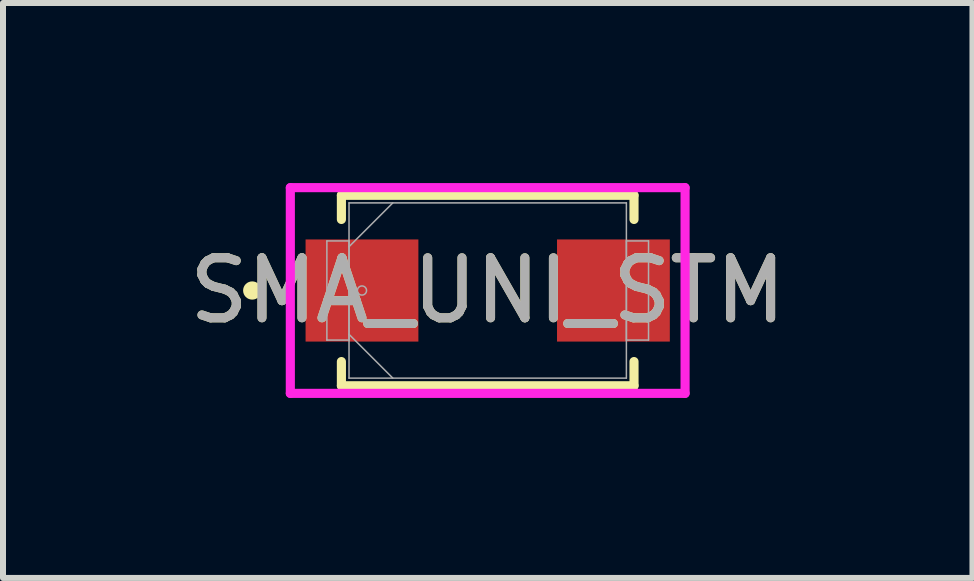
<source format=kicad_pcb>
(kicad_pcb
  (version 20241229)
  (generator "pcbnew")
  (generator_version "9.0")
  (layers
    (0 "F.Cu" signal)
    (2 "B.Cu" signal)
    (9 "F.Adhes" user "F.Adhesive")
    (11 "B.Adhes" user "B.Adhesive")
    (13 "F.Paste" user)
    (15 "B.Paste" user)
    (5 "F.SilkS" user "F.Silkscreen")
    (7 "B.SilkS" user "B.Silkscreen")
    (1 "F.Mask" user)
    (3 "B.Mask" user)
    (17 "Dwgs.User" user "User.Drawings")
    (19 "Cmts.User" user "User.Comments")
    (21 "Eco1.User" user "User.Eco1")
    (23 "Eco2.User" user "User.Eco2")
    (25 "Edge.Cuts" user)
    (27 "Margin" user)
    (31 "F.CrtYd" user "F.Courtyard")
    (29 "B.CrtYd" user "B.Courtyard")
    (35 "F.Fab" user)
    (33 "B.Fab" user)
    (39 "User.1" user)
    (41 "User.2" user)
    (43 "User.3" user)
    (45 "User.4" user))
  (footprint "SMA_UNI_STM"
    (layer "F.Cu")
    (at 5.077 1.791)
    (property "Reference" "SMA_UNI_STM" (at 0 0 0) (unlocked yes) (layer "F.SilkS") (effects (font (size 1 1) (thickness 0.15))))
    (attr smd)
    (fp_line (start -2.438 -1.587) (end -2.438 -1.184) (stroke (width 0.152) (type solid)) (layer "F.SilkS"))
    (fp_line (start -2.438 1.184) (end -2.438 1.587) (stroke (width 0.152) (type solid)) (layer "F.SilkS"))
    (fp_line (start -2.438 1.587) (end 2.438 1.587) (stroke (width 0.152) (type solid)) (layer "F.SilkS"))
    (fp_line (start 2.438 -1.587) (end -2.438 -1.587) (stroke (width 0.152) (type solid)) (layer "F.SilkS"))
    (fp_line (start 2.438 -1.184) (end 2.438 -1.587) (stroke (width 0.152) (type solid)) (layer "F.SilkS"))
    (fp_line (start 2.438 1.587) (end 2.438 1.184) (stroke (width 0.152) (type solid)) (layer "F.SilkS"))
    (fp_circle (center -3.924 0) (end -3.848 0) (stroke (width 0.152) (type solid)) (fill no) (layer "F.SilkS"))
    (fp_line (start -3.289 -1.714) (end 3.289 -1.714) (stroke (width 0.152) (type solid)) (layer "F.CrtYd"))
    (fp_line (start -3.289 1.714) (end -3.289 -1.714) (stroke (width 0.152) (type solid)) (layer "F.CrtYd"))
    (fp_line (start 3.289 -1.714) (end 3.289 1.714) (stroke (width 0.152) (type solid)) (layer "F.CrtYd"))
    (fp_line (start 3.289 1.714) (end -3.289 1.714) (stroke (width 0.152) (type solid)) (layer "F.CrtYd"))
    (fp_line (start -2.68 -0.826) (end -2.68 0.826) (stroke (width 0.025) (type solid)) (layer "F.Fab"))
    (fp_line (start -2.68 0.826) (end -2.311 0.826) (stroke (width 0.025) (type solid)) (layer "F.Fab"))
    (fp_line (start -2.311 -1.46) (end -2.311 1.46) (stroke (width 0.025) (type solid)) (layer "F.Fab"))
    (fp_line (start -2.311 -0.826) (end -2.68 -0.826) (stroke (width 0.025) (type solid)) (layer "F.Fab"))
    (fp_line (start -2.311 -0.73) (end -1.581 -1.46) (stroke (width 0.025) (type solid)) (layer "F.Fab"))
    (fp_line (start -2.311 0.73) (end -1.581 1.46) (stroke (width 0.025) (type solid)) (layer "F.Fab"))
    (fp_line (start -2.311 0.826) (end -2.311 -0.826) (stroke (width 0.025) (type solid)) (layer "F.Fab"))
    (fp_line (start -2.311 1.46) (end 2.311 1.46) (stroke (width 0.025) (type solid)) (layer "F.Fab"))
    (fp_line (start 2.311 -1.46) (end -2.311 -1.46) (stroke (width 0.025) (type solid)) (layer "F.Fab"))
    (fp_line (start 2.311 -0.826) (end 2.311 0.826) (stroke (width 0.025) (type solid)) (layer "F.Fab"))
    (fp_line (start 2.311 0.826) (end 2.68 0.826) (stroke (width 0.025) (type solid)) (layer "F.Fab"))
    (fp_line (start 2.311 1.46) (end 2.311 -1.46) (stroke (width 0.025) (type solid)) (layer "F.Fab"))
    (fp_line (start 2.68 -0.826) (end 2.311 -0.826) (stroke (width 0.025) (type solid)) (layer "F.Fab"))
    (fp_line (start 2.68 0.826) (end 2.68 -0.826) (stroke (width 0.025) (type solid)) (layer "F.Fab"))
    (fp_circle (center -2.095 0) (end -2.019 0) (stroke (width 0.025) (type solid)) (fill no) (layer "F.Fab"))
    (fp_text user "${REFERENCE}" (at 0 0 0) (unlocked yes) (layer "F.Fab") (effects (font (size 1 1) (thickness 0.15))))
    (pad "1" smd rect (at -2.095 0) (size 1.88 1.702) (layers "F.Cu" "F.Mask" "F.Paste"))
    (pad "2" smd rect (at 2.095 0) (size 1.88 1.702) (layers "F.Cu" "F.Mask" "F.Paste"))
    (zone (net_name "") (layer "F.Cu") (hatch full 0.508) (connect_pads) (min_thickness 0.254) (filled_areas_thickness no) (keepout (tracks not_allowed) (vias not_allowed) (pads allowed) (copperpour not_allowed) (footprints allowed)) (placement (enabled no)) (fill) (polygon (pts (xy 3.972 0.381) (xy 6.182 0.381) (xy 6.182 3.2) (xy 3.972 3.2)))))
  (gr_rect
    (start -3 -3)
    (end 13.155 6.581)
    (stroke (width 0.1) (type default))
    (fill no)
    (layer "Edge.Cuts")))
</source>
